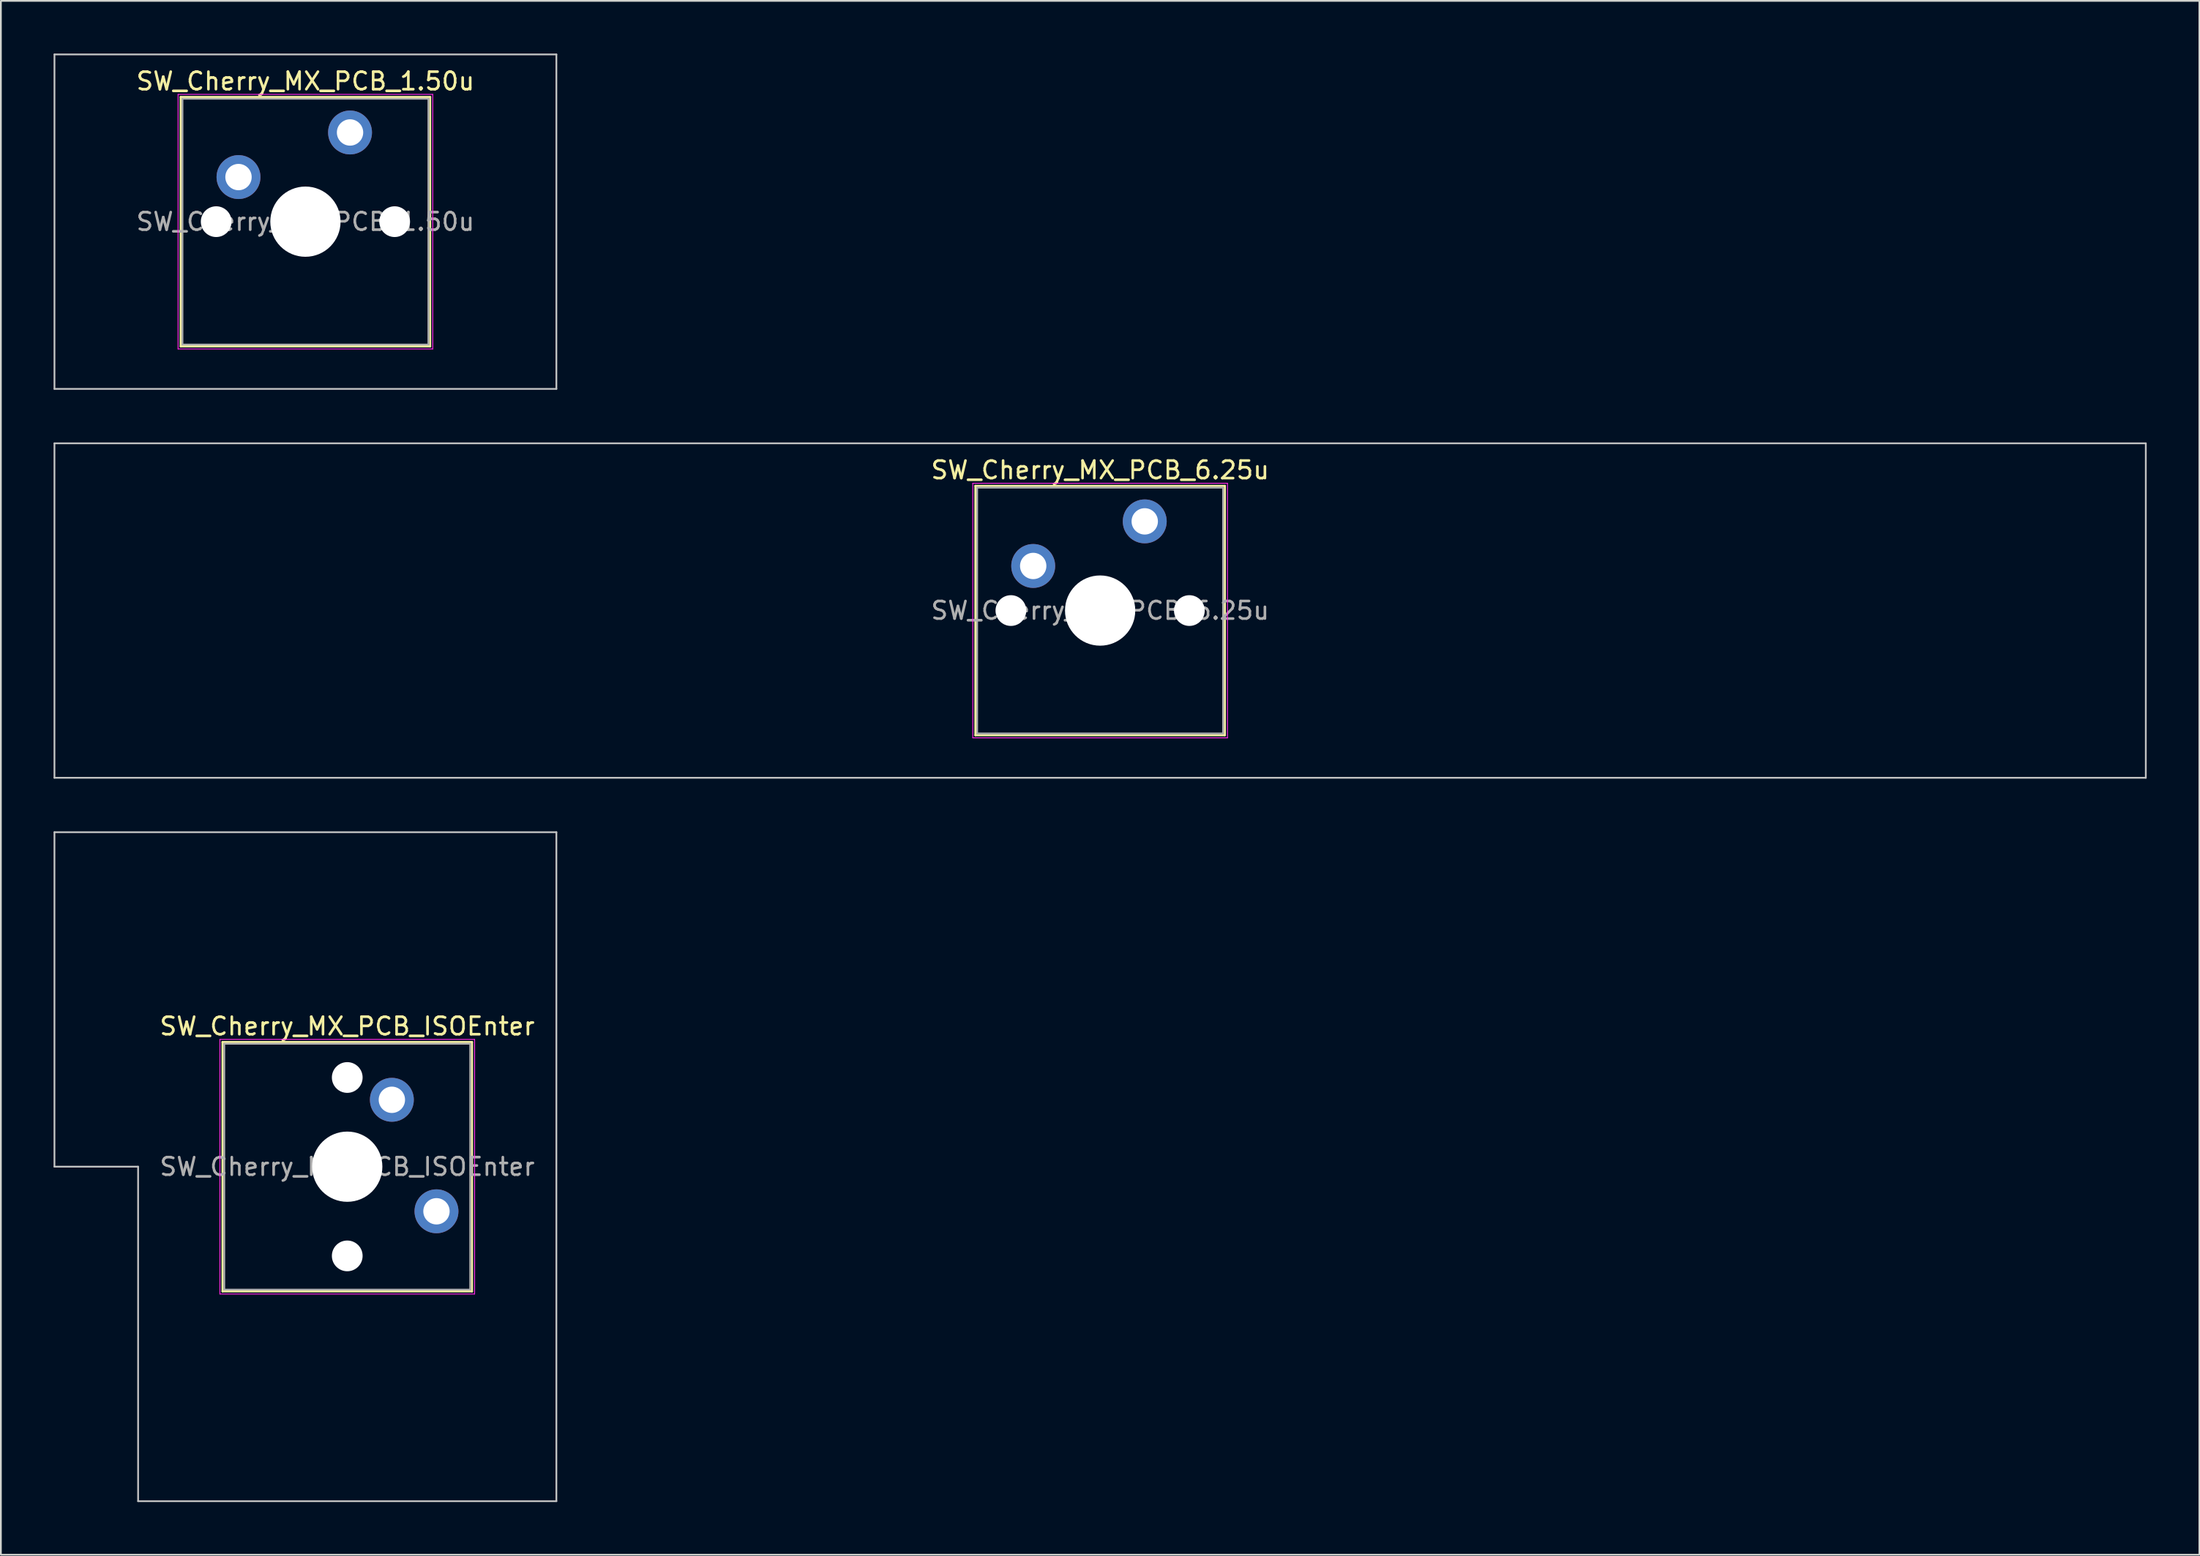
<source format=kicad_pcb>
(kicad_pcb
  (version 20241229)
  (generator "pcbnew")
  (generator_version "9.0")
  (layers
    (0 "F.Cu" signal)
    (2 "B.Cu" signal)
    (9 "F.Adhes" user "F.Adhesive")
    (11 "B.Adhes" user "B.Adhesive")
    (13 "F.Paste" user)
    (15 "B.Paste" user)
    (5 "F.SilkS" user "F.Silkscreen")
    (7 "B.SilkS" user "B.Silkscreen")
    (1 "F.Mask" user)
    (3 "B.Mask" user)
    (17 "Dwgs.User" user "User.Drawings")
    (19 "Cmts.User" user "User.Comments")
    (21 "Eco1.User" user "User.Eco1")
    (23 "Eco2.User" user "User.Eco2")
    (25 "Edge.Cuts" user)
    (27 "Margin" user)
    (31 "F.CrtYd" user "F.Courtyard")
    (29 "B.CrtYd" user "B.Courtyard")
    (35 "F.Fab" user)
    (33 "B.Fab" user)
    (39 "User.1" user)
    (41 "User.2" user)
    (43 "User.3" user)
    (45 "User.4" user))
  (footprint "SW_Cherry_MX_PCB_6.25u"
    (layer "F.Cu")
    (at 59.581 31.725)
    (property "Reference" "SW_Cherry_MX_PCB_6.25u" (at 0 -8 0) (layer "F.SilkS") (effects (font (size 1 1) (thickness 0.15))))
    (attr through_hole)
    (fp_line (start -7.1 -7.1) (end -7.1 7.1) (stroke (width 0.12) (type solid)) (layer "F.SilkS"))
    (fp_line (start -7.1 7.1) (end 7.1 7.1) (stroke (width 0.12) (type solid)) (layer "F.SilkS"))
    (fp_line (start 7.1 -7.1) (end -7.1 -7.1) (stroke (width 0.12) (type solid)) (layer "F.SilkS"))
    (fp_line (start 7.1 7.1) (end 7.1 -7.1) (stroke (width 0.12) (type solid)) (layer "F.SilkS"))
    (fp_line (start -59.531 -9.525) (end -59.531 9.525) (stroke (width 0.1) (type solid)) (layer "Dwgs.User"))
    (fp_line (start -59.531 9.525) (end 59.531 9.525) (stroke (width 0.1) (type solid)) (layer "Dwgs.User"))
    (fp_line (start 59.531 -9.525) (end -59.531 -9.525) (stroke (width 0.1) (type solid)) (layer "Dwgs.User"))
    (fp_line (start 59.531 9.525) (end 59.531 -9.525) (stroke (width 0.1) (type solid)) (layer "Dwgs.User"))
    (fp_line (start -7 -7) (end -7 7) (stroke (width 0.1) (type solid)) (layer "Eco1.User"))
    (fp_line (start -7 7) (end 7 7) (stroke (width 0.1) (type solid)) (layer "Eco1.User"))
    (fp_line (start 7 -7) (end -7 -7) (stroke (width 0.1) (type solid)) (layer "Eco1.User"))
    (fp_line (start 7 7) (end 7 -7) (stroke (width 0.1) (type solid)) (layer "Eco1.User"))
    (fp_line (start -7.25 -7.25) (end -7.25 7.25) (stroke (width 0.05) (type solid)) (layer "F.CrtYd"))
    (fp_line (start -7.25 7.25) (end 7.25 7.25) (stroke (width 0.05) (type solid)) (layer "F.CrtYd"))
    (fp_line (start 7.25 -7.25) (end -7.25 -7.25) (stroke (width 0.05) (type solid)) (layer "F.CrtYd"))
    (fp_line (start 7.25 7.25) (end 7.25 -7.25) (stroke (width 0.05) (type solid)) (layer "F.CrtYd"))
    (fp_line (start -7 -7) (end -7 7) (stroke (width 0.1) (type solid)) (layer "F.Fab"))
    (fp_line (start -7 7) (end 7 7) (stroke (width 0.1) (type solid)) (layer "F.Fab"))
    (fp_line (start 7 -7) (end -7 -7) (stroke (width 0.1) (type solid)) (layer "F.Fab"))
    (fp_line (start 7 7) (end 7 -7) (stroke (width 0.1) (type solid)) (layer "F.Fab"))
    (fp_text user "${REFERENCE}" (at 0 0 0) (layer "F.Fab") (effects (font (size 1 1) (thickness 0.15))))
    (pad "" np_thru_hole circle (at -5.08 0) (size 1.75 1.75) (drill 1.75) (layers "*.Cu" "*.Mask"))
    (pad "" np_thru_hole circle (at 0 0) (size 4 4) (drill 4) (layers "*.Cu" "*.Mask"))
    (pad "" np_thru_hole circle (at 5.08 0) (size 1.75 1.75) (drill 1.75) (layers "*.Cu" "*.Mask"))
    (pad "1" thru_hole circle (at -3.81 -2.54) (size 2.5 2.5) (drill 1.5) (layers "*.Cu" "*.Mask"))
    (pad "2" thru_hole circle (at 2.54 -5.08) (size 2.5 2.5) (drill 1.5) (layers "*.Cu" "*.Mask")))
  (footprint "SW_Cherry_MX_PCB_1.50u"
    (layer "F.Cu")
    (at 14.338 9.575)
    (property "Reference" "SW_Cherry_MX_PCB_1.50u" (at 0 -8 0) (layer "F.SilkS") (effects (font (size 1 1) (thickness 0.15))))
    (attr through_hole)
    (fp_line (start -7.1 -7.1) (end -7.1 7.1) (stroke (width 0.12) (type solid)) (layer "F.SilkS"))
    (fp_line (start -7.1 7.1) (end 7.1 7.1) (stroke (width 0.12) (type solid)) (layer "F.SilkS"))
    (fp_line (start 7.1 -7.1) (end -7.1 -7.1) (stroke (width 0.12) (type solid)) (layer "F.SilkS"))
    (fp_line (start 7.1 7.1) (end 7.1 -7.1) (stroke (width 0.12) (type solid)) (layer "F.SilkS"))
    (fp_line (start -14.287 -9.525) (end -14.287 9.525) (stroke (width 0.1) (type solid)) (layer "Dwgs.User"))
    (fp_line (start -14.287 9.525) (end 14.287 9.525) (stroke (width 0.1) (type solid)) (layer "Dwgs.User"))
    (fp_line (start 14.287 -9.525) (end -14.287 -9.525) (stroke (width 0.1) (type solid)) (layer "Dwgs.User"))
    (fp_line (start 14.287 9.525) (end 14.287 -9.525) (stroke (width 0.1) (type solid)) (layer "Dwgs.User"))
    (fp_line (start -7 -7) (end -7 7) (stroke (width 0.1) (type solid)) (layer "Eco1.User"))
    (fp_line (start -7 7) (end 7 7) (stroke (width 0.1) (type solid)) (layer "Eco1.User"))
    (fp_line (start 7 -7) (end -7 -7) (stroke (width 0.1) (type solid)) (layer "Eco1.User"))
    (fp_line (start 7 7) (end 7 -7) (stroke (width 0.1) (type solid)) (layer "Eco1.User"))
    (fp_line (start -7.25 -7.25) (end -7.25 7.25) (stroke (width 0.05) (type solid)) (layer "F.CrtYd"))
    (fp_line (start -7.25 7.25) (end 7.25 7.25) (stroke (width 0.05) (type solid)) (layer "F.CrtYd"))
    (fp_line (start 7.25 -7.25) (end -7.25 -7.25) (stroke (width 0.05) (type solid)) (layer "F.CrtYd"))
    (fp_line (start 7.25 7.25) (end 7.25 -7.25) (stroke (width 0.05) (type solid)) (layer "F.CrtYd"))
    (fp_line (start -7 -7) (end -7 7) (stroke (width 0.1) (type solid)) (layer "F.Fab"))
    (fp_line (start -7 7) (end 7 7) (stroke (width 0.1) (type solid)) (layer "F.Fab"))
    (fp_line (start 7 -7) (end -7 -7) (stroke (width 0.1) (type solid)) (layer "F.Fab"))
    (fp_line (start 7 7) (end 7 -7) (stroke (width 0.1) (type solid)) (layer "F.Fab"))
    (fp_text user "${REFERENCE}" (at 0 0 0) (layer "F.Fab") (effects (font (size 1 1) (thickness 0.15))))
    (pad "" np_thru_hole circle (at -5.08 0) (size 1.75 1.75) (drill 1.75) (layers "*.Cu" "*.Mask"))
    (pad "" np_thru_hole circle (at 0 0) (size 4 4) (drill 4) (layers "*.Cu" "*.Mask"))
    (pad "" np_thru_hole circle (at 5.08 0) (size 1.75 1.75) (drill 1.75) (layers "*.Cu" "*.Mask"))
    (pad "1" thru_hole circle (at -3.81 -2.54) (size 2.5 2.5) (drill 1.5) (layers "*.Cu" "*.Mask"))
    (pad "2" thru_hole circle (at 2.54 -5.08) (size 2.5 2.5) (drill 1.5) (layers "*.Cu" "*.Mask")))
  (footprint "SW_Cherry_MX_PCB_ISOEnter"
    (layer "F.Cu")
    (at 16.719 63.4)
    (property "Reference" "SW_Cherry_MX_PCB_ISOEnter" (at 0 -8 0) (layer "F.SilkS") (effects (font (size 1 1) (thickness 0.15))))
    (attr through_hole)
    (fp_line (start -7.1 -7.1) (end -7.1 7.1) (stroke (width 0.12) (type solid)) (layer "F.SilkS"))
    (fp_line (start -7.1 7.1) (end 7.1 7.1) (stroke (width 0.12) (type solid)) (layer "F.SilkS"))
    (fp_line (start 7.1 -7.1) (end -7.1 -7.1) (stroke (width 0.12) (type solid)) (layer "F.SilkS"))
    (fp_line (start 7.1 7.1) (end 7.1 -7.1) (stroke (width 0.12) (type solid)) (layer "F.SilkS"))
    (fp_line (start -16.669 -19.05) (end -16.669 0) (stroke (width 0.1) (type solid)) (layer "Dwgs.User"))
    (fp_line (start -16.669 0) (end -11.906 0) (stroke (width 0.1) (type solid)) (layer "Dwgs.User"))
    (fp_line (start -11.906 0) (end -11.906 19.05) (stroke (width 0.1) (type solid)) (layer "Dwgs.User"))
    (fp_line (start -11.906 19.05) (end 11.906 19.05) (stroke (width 0.1) (type solid)) (layer "Dwgs.User"))
    (fp_line (start 11.906 -19.05) (end -16.669 -19.05) (stroke (width 0.1) (type solid)) (layer "Dwgs.User"))
    (fp_line (start 11.906 19.05) (end 11.906 -19.05) (stroke (width 0.1) (type solid)) (layer "Dwgs.User"))
    (fp_line (start -7 -7) (end -7 7) (stroke (width 0.1) (type solid)) (layer "Eco1.User"))
    (fp_line (start -7 7) (end 7 7) (stroke (width 0.1) (type solid)) (layer "Eco1.User"))
    (fp_line (start 7 -7) (end -7 -7) (stroke (width 0.1) (type solid)) (layer "Eco1.User"))
    (fp_line (start 7 7) (end 7 -7) (stroke (width 0.1) (type solid)) (layer "Eco1.User"))
    (fp_line (start -7.25 -7.25) (end -7.25 7.25) (stroke (width 0.05) (type solid)) (layer "F.CrtYd"))
    (fp_line (start -7.25 7.25) (end 7.25 7.25) (stroke (width 0.05) (type solid)) (layer "F.CrtYd"))
    (fp_line (start 7.25 -7.25) (end -7.25 -7.25) (stroke (width 0.05) (type solid)) (layer "F.CrtYd"))
    (fp_line (start 7.25 7.25) (end 7.25 -7.25) (stroke (width 0.05) (type solid)) (layer "F.CrtYd"))
    (fp_line (start -7 -7) (end -7 7) (stroke (width 0.1) (type solid)) (layer "F.Fab"))
    (fp_line (start -7 7) (end 7 7) (stroke (width 0.1) (type solid)) (layer "F.Fab"))
    (fp_line (start 7 -7) (end -7 -7) (stroke (width 0.1) (type solid)) (layer "F.Fab"))
    (fp_line (start 7 7) (end 7 -7) (stroke (width 0.1) (type solid)) (layer "F.Fab"))
    (fp_text user "${REFERENCE}" (at 0 0 0) (layer "F.Fab") (effects (font (size 1 1) (thickness 0.15))))
    (pad "" np_thru_hole circle (at 0 -5.08 270) (size 1.75 1.75) (drill 1.75) (layers "*.Cu" "*.Mask"))
    (pad "" np_thru_hole circle (at 0 0 270) (size 4 4) (drill 4) (layers "*.Cu" "*.Mask"))
    (pad "" np_thru_hole circle (at 0 5.08 270) (size 1.75 1.75) (drill 1.75) (layers "*.Cu" "*.Mask"))
    (pad "1" thru_hole circle (at 2.54 -3.81 270) (size 2.5 2.5) (drill 1.5) (layers "*.Cu" "*.Mask"))
    (pad "2" thru_hole circle (at 5.08 2.54 270) (size 2.5 2.5) (drill 1.5) (layers "*.Cu" "*.Mask")))
  (gr_rect
    (start -3 -3)
    (end 122.162 85.5)
    (stroke (width 0.1) (type default))
    (fill no)
    (layer "Edge.Cuts")))
</source>
